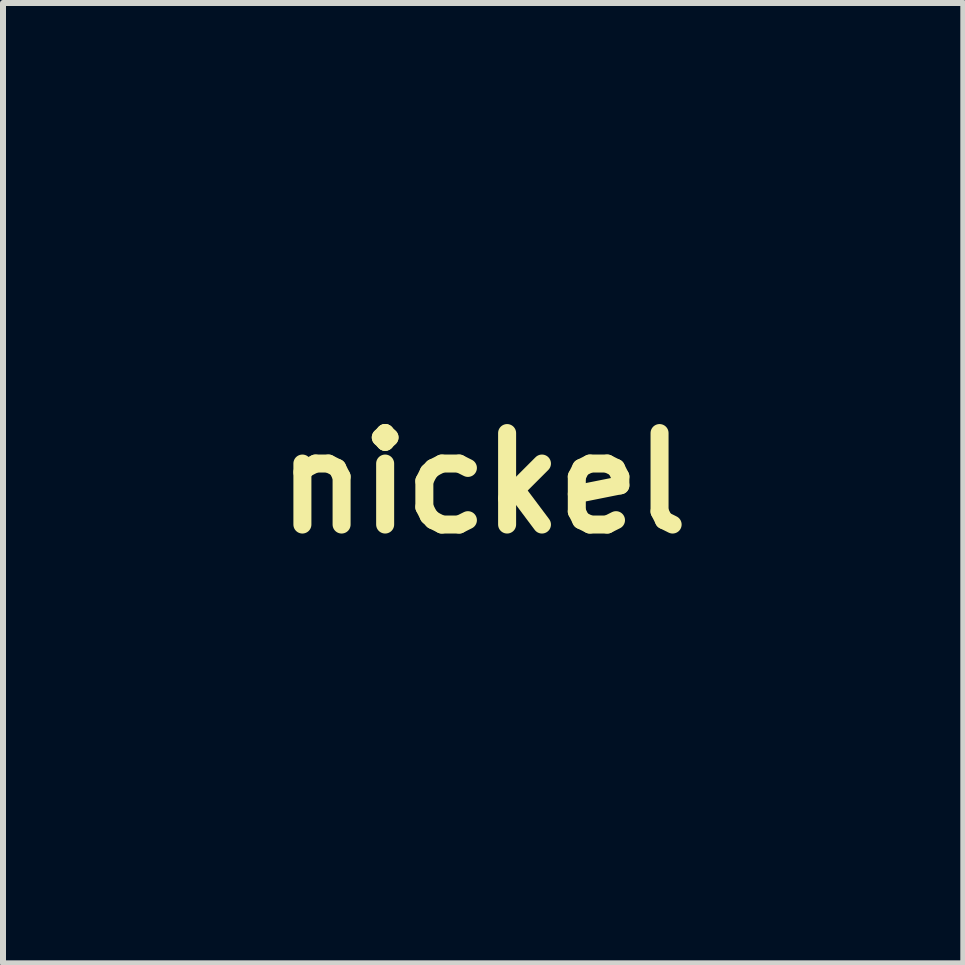
<source format=kicad_pcb>
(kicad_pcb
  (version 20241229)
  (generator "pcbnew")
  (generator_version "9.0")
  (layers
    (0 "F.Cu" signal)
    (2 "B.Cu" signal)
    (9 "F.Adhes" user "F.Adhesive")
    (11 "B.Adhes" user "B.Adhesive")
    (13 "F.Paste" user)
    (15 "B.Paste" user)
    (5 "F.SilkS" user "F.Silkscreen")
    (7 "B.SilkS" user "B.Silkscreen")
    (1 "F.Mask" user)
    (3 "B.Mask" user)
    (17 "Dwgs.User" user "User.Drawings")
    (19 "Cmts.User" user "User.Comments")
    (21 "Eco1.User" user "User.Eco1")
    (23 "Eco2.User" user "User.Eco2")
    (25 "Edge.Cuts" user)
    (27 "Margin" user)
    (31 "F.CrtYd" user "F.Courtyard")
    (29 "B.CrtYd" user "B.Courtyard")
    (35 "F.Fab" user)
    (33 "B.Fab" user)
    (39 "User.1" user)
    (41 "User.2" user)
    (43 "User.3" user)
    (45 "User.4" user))
  (footprint "nickel"
    (layer "F.Cu")
    (at 5 5)
    (property "Reference" "nickel" (at 0 0 0) (layer "F.SilkS") (effects (font (size 1.524 1.524) (thickness 0.3))))
    (attr board_only exclude_from_pos_files exclude_from_bom)
    (fp_poly (pts (xy -4.981 4.6) (xy -4.924 4.725) (xy -4.835 4.836) (xy -4.724 4.925) (xy -4.601 4.981) (xy -4.596 4.988) (xy -4.628 4.993) (xy -4.695 4.997) (xy -4.775 4.998) (xy -5 5) (xy -4.998 4.775) (xy -4.996 4.683) (xy -4.993 4.622) (xy -4.987 4.594)) (stroke (width 0) (type solid)) (fill yes) (layer "F.Mask"))
    (fp_poly (pts (xy -4.775 -4.998) (xy -4.683 -4.996) (xy -4.622 -4.993) (xy -4.594 -4.987) (xy -4.6 -4.981) (xy -4.725 -4.924) (xy -4.836 -4.835) (xy -4.925 -4.724) (xy -4.981 -4.601) (xy -4.988 -4.596) (xy -4.993 -4.628) (xy -4.997 -4.695) (xy -4.998 -4.775) (xy -5 -5)) (stroke (width 0) (type solid)) (fill yes) (layer "F.Mask"))
    (fp_poly (pts (xy 4.993 4.628) (xy 4.997 4.694) (xy 4.998 4.775) (xy 5 5) (xy 4.775 4.998) (xy 4.681 4.996) (xy 4.62 4.992) (xy 4.594 4.987) (xy 4.601 4.981) (xy 4.726 4.923) (xy 4.837 4.835) (xy 4.925 4.724) (xy 4.981 4.6) (xy 4.988 4.596)) (stroke (width 0) (type solid)) (fill yes) (layer "F.Mask"))
    (fp_poly (pts (xy -2.764 -3.587) (xy -2.694 -3.551) (xy -2.652 -3.498) (xy -2.643 -3.43) (xy -2.65 -3.401) (xy -2.685 -3.351) (xy -2.746 -3.318) (xy -2.823 -3.304) (xy -2.904 -3.311) (xy -2.975 -3.34) (xy -3.026 -3.388) (xy -3.044 -3.445) (xy -3.032 -3.502) (xy -2.994 -3.552) (xy -2.933 -3.587) (xy -2.856 -3.6)) (stroke (width 0) (type solid)) (fill yes) (layer "F.Mask"))
    (fp_poly (pts (xy -2.758 -4.075) (xy -2.706 -4.034) (xy -2.681 -3.974) (xy -2.68 -3.958) (xy -2.698 -3.898) (xy -2.724 -3.871) (xy -2.784 -3.848) (xy -2.859 -3.842) (xy -2.927 -3.853) (xy -2.945 -3.861) (xy -2.993 -3.908) (xy -3.008 -3.963) (xy -2.991 -4.019) (xy -2.944 -4.064) (xy -2.907 -4.081) (xy -2.828 -4.092)) (stroke (width 0) (type solid)) (fill yes) (layer "F.Mask"))
    (fp_poly (pts (xy 5 -4.78) (xy 4.999 -4.692) (xy 4.997 -4.62) (xy 4.993 -4.574) (xy 4.99 -4.56) (xy 4.981 -4.576) (xy 4.98 -4.591) (xy 4.963 -4.662) (xy 4.916 -4.742) (xy 4.847 -4.821) (xy 4.764 -4.894) (xy 4.673 -4.951) (xy 4.6 -4.981) (xy 4.596 -4.988) (xy 4.628 -4.993) (xy 4.694 -4.997) (xy 4.775 -4.998) (xy 5 -5)) (stroke (width 0) (type solid)) (fill yes) (layer "F.Mask"))
    (fp_poly (pts (xy 4.575 -4.575) (xy 4.63 -4.519) (xy 4.63 4.519) (xy 4.519 4.63) (xy 0.025 4.634) (xy -0.397 4.634) (xy -0.808 4.634) (xy -1.207 4.634) (xy -1.593 4.634) (xy -1.962 4.634) (xy -2.314 4.633) (xy -2.646 4.633) (xy -2.957 4.632) (xy -3.245 4.631) (xy -3.509 4.631) (xy -3.745 4.63) (xy -3.954 4.628) (xy -4.132 4.627) (xy -4.278 4.626) (xy -4.39 4.625) (xy -4.466 4.623) (xy -4.505 4.622) (xy -4.51 4.621) (xy -4.553 4.594) (xy -4.59 4.56) (xy -4.594 4.555) (xy -4.599 4.548) (xy -4.602 4.539) (xy -4.606 4.524) (xy -4.609 4.504) (xy -4.612 4.476) (xy -4.614 4.439) (xy -4.617 4.391) (xy -4.619 4.331) (xy -4.621 4.257) (xy -4.622 4.168) (xy -4.624 4.062) (xy -4.625 3.937) (xy -4.626 3.793) (xy -4.627 3.626) (xy -4.628 3.437) (xy -4.628 3.223) (xy -4.629 2.983) (xy -4.629 2.714) (xy -4.63 2.417) (xy -4.63 2.089) (xy -4.63 1.728) (xy -4.63 1.333) (xy -4.63 0.903) (xy -4.63 0.435) (xy -4.63 -0.002) (xy -4.63 -2.341) (xy -2.86 -2.341) (xy -2.86 2.481) (xy -2.445 2.475) (xy -2.03 2.47) (xy -2.03 -0.832) (xy -1.919 -0.651) (xy -1.892 -0.607) (xy -1.844 -0.532) (xy -1.778 -0.43) (xy -1.695 -0.302) (xy -1.598 -0.153) (xy -1.487 0.017) (xy -1.366 0.203) (xy -1.236 0.403) (xy -1.097 0.614) (xy -0.954 0.833) (xy -0.841 1.005) (xy 0.126 2.48) (xy 0.88 2.48) (xy 0.88 0.707) (xy 1.96 0.707) (xy 1.96 0.968) (xy 1.961 1.217) (xy 1.961 1.452) (xy 1.962 1.67) (xy 1.963 1.867) (xy 1.965 2.042) (xy 1.966 2.19) (xy 1.968 2.31) (xy 1.97 2.398) (xy 1.972 2.451) (xy 1.973 2.467) (xy 1.997 2.471) (xy 2.053 2.474) (xy 2.138 2.477) (xy 2.243 2.479) (xy 2.364 2.48) (xy 2.383 2.48) (xy 2.78 2.48) (xy 2.78 -1.04) (xy 1.96 -1.04) (xy 1.96 0.707) (xy 0.88 0.707) (xy 0.88 -1.994) (xy 1.9 -1.994) (xy 1.915 -1.86) (xy 1.962 -1.746) (xy 2.026 -1.663) (xy 2.136 -1.576) (xy 2.259 -1.525) (xy 2.392 -1.511) (xy 2.531 -1.535) (xy 2.58 -1.553) (xy 2.683 -1.616) (xy 2.766 -1.707) (xy 2.824 -1.817) (xy 2.854 -1.938) (xy 2.853 -2.063) (xy 2.83 -2.153) (xy 2.765 -2.272) (xy 2.676 -2.365) (xy 2.569 -2.429) (xy 2.45 -2.463) (xy 2.326 -2.466) (xy 2.203 -2.436) (xy 2.088 -2.37) (xy 2.054 -2.343) (xy 1.968 -2.242) (xy 1.917 -2.127) (xy 1.9 -1.994) (xy 0.88 -1.994) (xy 0.88 -2.34) (xy 0.06 -2.34) (xy 0.05 0.947) (xy -0.036 0.789) (xy -0.06 0.748) (xy -0.104 0.677) (xy -0.166 0.578) (xy -0.245 0.453) (xy -0.339 0.306) (xy -0.446 0.139) (xy -0.564 -0.045) (xy -0.692 -0.243) (xy -0.828 -0.453) (xy -0.97 -0.672) (xy -1.086 -0.85) (xy -2.05 -2.33) (xy -2.455 -2.335) (xy -2.86 -2.341) (xy -4.63 -2.341) (xy -4.63 -3.8) (xy -4.32 -3.8) (xy -4.085 -3.8) (xy -4.072 -3.897) (xy -4.047 -3.99) (xy -3.999 -4.051) (xy -3.925 -4.082) (xy -3.867 -4.087) (xy -3.802 -4.082) (xy -3.758 -4.063) (xy -3.727 -4.032) (xy -3.685 -3.964) (xy -3.683 -3.9) (xy -3.72 -3.841) (xy -3.797 -3.788) (xy -3.913 -3.738) (xy -3.94 -3.729) (xy -4.071 -3.682) (xy -4.167 -3.631) (xy -4.233 -3.57) (xy -4.274 -3.493) (xy -4.294 -3.394) (xy -4.3 -3.272) (xy -4.3 -3.1) (xy -3.46 -3.1) (xy -3.46 -3.32) (xy -3.76 -3.32) (xy -3.876 -3.32) (xy -3.957 -3.322) (xy -4.01 -3.325) (xy -4.041 -3.331) (xy -4.056 -3.34) (xy -4.06 -3.354) (xy -4.06 -3.357) (xy -4.04 -3.407) (xy -3.983 -3.455) (xy -3.972 -3.46) (xy -3.277 -3.46) (xy -3.273 -3.366) (xy -3.25 -3.276) (xy -3.224 -3.225) (xy -3.151 -3.155) (xy -3.051 -3.105) (xy -2.934 -3.078) (xy -2.809 -3.073) (xy -2.683 -3.094) (xy -2.609 -3.119) (xy -2.532 -3.167) (xy -2.464 -3.233) (xy -2.417 -3.305) (xy -2.408 -3.333) (xy -2.401 -3.417) (xy -2.419 -3.506) (xy -2.455 -3.589) (xy -2.506 -3.654) (xy -2.566 -3.691) (xy -2.571 -3.692) (xy -2.597 -3.7) (xy -2.603 -3.712) (xy -2.587 -3.734) (xy -2.545 -3.775) (xy -2.53 -3.789) (xy -2.48 -3.838) (xy -2.453 -3.876) (xy -2.442 -3.919) (xy -2.44 -3.981) (xy -2.44 -3.983) (xy -2.456 -4.099) (xy -2.504 -4.19) (xy -2.583 -4.257) (xy -2.694 -4.3) (xy -2.799 -4.315) (xy -2.928 -4.315) (xy -3.032 -4.29) (xy -3.122 -4.24) (xy -3.151 -4.216) (xy -3.218 -4.134) (xy -3.249 -4.041) (xy -3.245 -3.944) (xy -3.207 -3.851) (xy -3.145 -3.778) (xy -3.103 -3.736) (xy -3.091 -3.71) (xy -3.096 -3.705) (xy -3.147 -3.674) (xy -3.202 -3.623) (xy -3.247 -3.565) (xy -3.26 -3.54) (xy -3.277 -3.46) (xy -3.972 -3.46) (xy -3.89 -3.499) (xy -3.833 -3.518) (xy -3.695 -3.567) (xy -3.593 -3.621) (xy -3.521 -3.684) (xy -3.474 -3.761) (xy -3.449 -3.845) (xy -3.443 -3.973) (xy -3.472 -4.087) (xy -3.533 -4.182) (xy -3.622 -4.256) (xy -3.735 -4.302) (xy -3.869 -4.319) (xy -3.87 -4.319) (xy -4.007 -4.302) (xy -4.124 -4.252) (xy -4.216 -4.173) (xy -4.281 -4.069) (xy -4.316 -3.943) (xy -4.32 -3.875) (xy -4.32 -3.8) (xy -4.63 -3.8) (xy -4.63 -4.519) (xy -4.575 -4.575) (xy -4.519 -4.63) (xy 4.519 -4.63)) (stroke (width 0) (type solid)) (fill yes) (layer "F.Mask")))
  (gr_rect
    (start -3 -3)
    (end 13 13)
    (stroke (width 0.1) (type default))
    (fill no)
    (layer "Edge.Cuts")))
</source>
